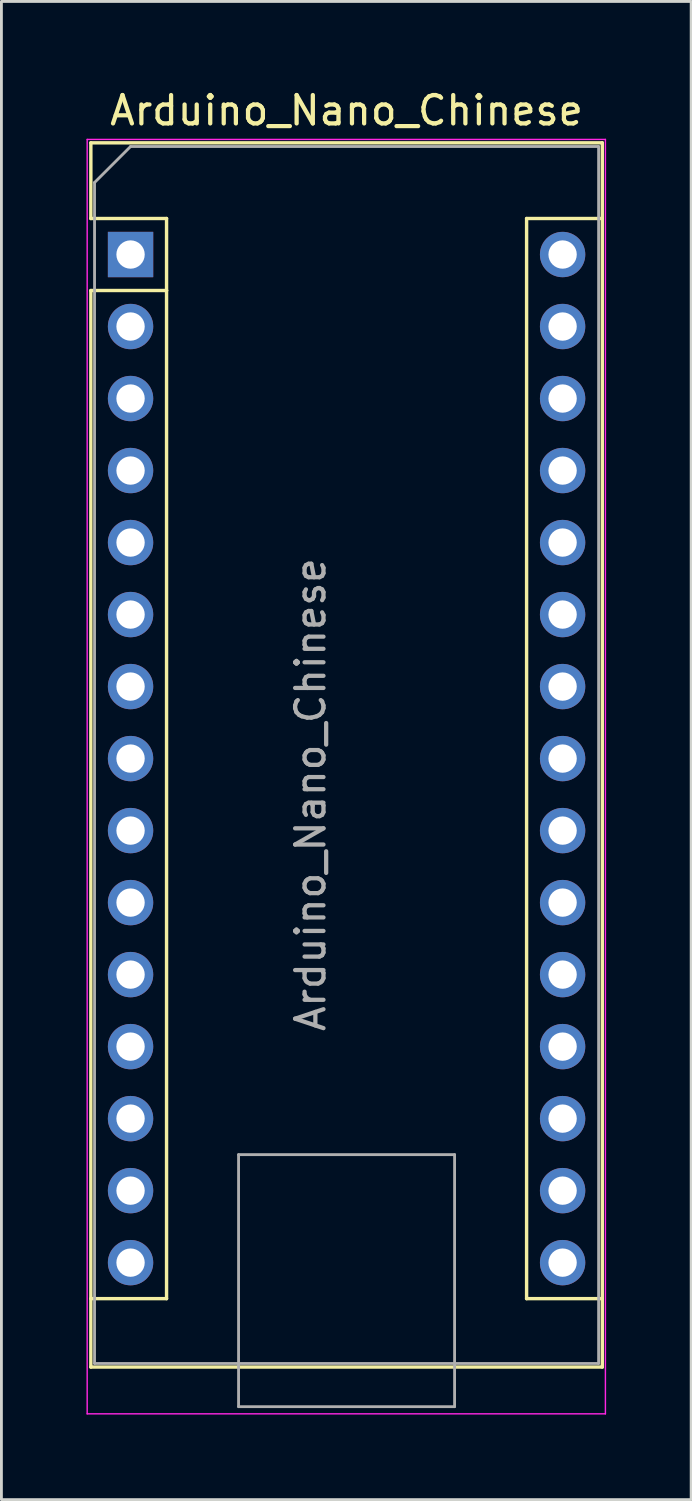
<source format=kicad_pcb>
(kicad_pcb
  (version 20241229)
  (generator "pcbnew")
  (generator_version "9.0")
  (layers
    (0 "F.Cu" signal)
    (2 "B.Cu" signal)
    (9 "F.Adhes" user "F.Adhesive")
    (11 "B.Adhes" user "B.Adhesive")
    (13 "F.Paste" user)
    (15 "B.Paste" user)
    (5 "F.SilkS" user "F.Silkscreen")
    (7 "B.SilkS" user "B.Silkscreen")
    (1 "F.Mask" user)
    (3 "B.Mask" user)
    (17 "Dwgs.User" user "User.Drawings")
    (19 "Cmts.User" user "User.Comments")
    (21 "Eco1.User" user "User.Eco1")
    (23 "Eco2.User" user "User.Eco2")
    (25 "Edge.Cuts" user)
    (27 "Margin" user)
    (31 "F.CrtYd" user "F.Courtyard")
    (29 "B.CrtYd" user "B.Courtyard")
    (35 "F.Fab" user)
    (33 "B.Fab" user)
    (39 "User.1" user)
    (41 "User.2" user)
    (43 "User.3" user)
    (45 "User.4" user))
  (footprint "Arduino_Nano_Chinese"
    (layer "F.Cu")
    (at 1.555 5.928)
    (property "Reference" "Arduino_Nano_Chinese" (at 7.62 -5.08 0) (layer "F.SilkS") (effects (font (size 1 1) (thickness 0.15))))
    (attr through_hole)
    (fp_line (start -1.4 -3.94) (end -1.4 -1.27) (stroke (width 0.12) (type solid)) (layer "F.SilkS"))
    (fp_line (start -1.4 1.27) (end -1.4 39.243) (stroke (width 0.12) (type solid)) (layer "F.SilkS"))
    (fp_line (start -1.4 39.243) (end 16.64 39.243) (stroke (width 0.12) (type solid)) (layer "F.SilkS"))
    (fp_line (start 1.27 -1.27) (end -1.4 -1.27) (stroke (width 0.12) (type solid)) (layer "F.SilkS"))
    (fp_line (start 1.27 1.27) (end -1.4 1.27) (stroke (width 0.12) (type solid)) (layer "F.SilkS"))
    (fp_line (start 1.27 1.27) (end 1.27 -1.27) (stroke (width 0.12) (type solid)) (layer "F.SilkS"))
    (fp_line (start 1.27 1.27) (end 1.27 36.83) (stroke (width 0.12) (type solid)) (layer "F.SilkS"))
    (fp_line (start 1.27 36.83) (end -1.4 36.83) (stroke (width 0.12) (type solid)) (layer "F.SilkS"))
    (fp_line (start 13.97 -1.27) (end 13.97 36.83) (stroke (width 0.12) (type solid)) (layer "F.SilkS"))
    (fp_line (start 13.97 -1.27) (end 16.64 -1.27) (stroke (width 0.12) (type solid)) (layer "F.SilkS"))
    (fp_line (start 13.97 36.83) (end 16.64 36.83) (stroke (width 0.12) (type solid)) (layer "F.SilkS"))
    (fp_line (start 16.64 -3.94) (end -1.4 -3.94) (stroke (width 0.12) (type solid)) (layer "F.SilkS"))
    (fp_line (start 16.64 39.243) (end 16.64 -3.94) (stroke (width 0.12) (type solid)) (layer "F.SilkS"))
    (fp_line (start -1.53 -4.06) (end -1.53 40.894) (stroke (width 0.05) (type solid)) (layer "F.CrtYd"))
    (fp_line (start -1.53 -4.06) (end 16.75 -4.06) (stroke (width 0.05) (type solid)) (layer "F.CrtYd"))
    (fp_line (start 16.75 40.894) (end -1.53 40.894) (stroke (width 0.05) (type solid)) (layer "F.CrtYd"))
    (fp_line (start 16.75 40.894) (end 16.75 -4.06) (stroke (width 0.05) (type solid)) (layer "F.CrtYd"))
    (fp_line (start -1.27 -2.54) (end 0 -3.81) (stroke (width 0.1) (type solid)) (layer "F.Fab"))
    (fp_line (start -1.27 39.116) (end -1.27 -2.54) (stroke (width 0.1) (type solid)) (layer "F.Fab"))
    (fp_line (start 0 -3.81) (end 16.51 -3.81) (stroke (width 0.1) (type solid)) (layer "F.Fab"))
    (fp_line (start 3.81 31.75) (end 11.43 31.75) (stroke (width 0.1) (type solid)) (layer "F.Fab"))
    (fp_line (start 3.81 40.64) (end 3.81 31.75) (stroke (width 0.1) (type solid)) (layer "F.Fab"))
    (fp_line (start 11.43 31.75) (end 11.43 40.64) (stroke (width 0.1) (type solid)) (layer "F.Fab"))
    (fp_line (start 11.43 40.64) (end 3.81 40.64) (stroke (width 0.1) (type solid)) (layer "F.Fab"))
    (fp_line (start 16.51 -3.81) (end 16.51 39.116) (stroke (width 0.1) (type solid)) (layer "F.Fab"))
    (fp_line (start 16.51 39.116) (end -1.27 39.116) (stroke (width 0.1) (type solid)) (layer "F.Fab"))
    (fp_text user "${REFERENCE}" (at 6.35 19.05 90) (layer "F.Fab") (effects (font (size 1 1) (thickness 0.15))))
    (pad "1" thru_hole rect (at 0 0) (size 1.6 1.6) (drill 1) (layers "*.Cu" "*.Mask"))
    (pad "2" thru_hole oval (at 0 2.54) (size 1.6 1.6) (drill 1) (layers "*.Cu" "*.Mask"))
    (pad "3" thru_hole oval (at 0 5.08) (size 1.6 1.6) (drill 1) (layers "*.Cu" "*.Mask"))
    (pad "4" thru_hole oval (at 0 7.62) (size 1.6 1.6) (drill 1) (layers "*.Cu" "*.Mask"))
    (pad "5" thru_hole oval (at 0 10.16) (size 1.6 1.6) (drill 1) (layers "*.Cu" "*.Mask"))
    (pad "6" thru_hole oval (at 0 12.7) (size 1.6 1.6) (drill 1) (layers "*.Cu" "*.Mask"))
    (pad "7" thru_hole oval (at 0 15.24) (size 1.6 1.6) (drill 1) (layers "*.Cu" "*.Mask"))
    (pad "8" thru_hole oval (at 0 17.78) (size 1.6 1.6) (drill 1) (layers "*.Cu" "*.Mask"))
    (pad "9" thru_hole oval (at 0 20.32) (size 1.6 1.6) (drill 1) (layers "*.Cu" "*.Mask"))
    (pad "10" thru_hole oval (at 0 22.86) (size 1.6 1.6) (drill 1) (layers "*.Cu" "*.Mask"))
    (pad "11" thru_hole oval (at 0 25.4) (size 1.6 1.6) (drill 1) (layers "*.Cu" "*.Mask"))
    (pad "12" thru_hole oval (at 0 27.94) (size 1.6 1.6) (drill 1) (layers "*.Cu" "*.Mask"))
    (pad "13" thru_hole oval (at 0 30.48) (size 1.6 1.6) (drill 1) (layers "*.Cu" "*.Mask"))
    (pad "14" thru_hole oval (at 0 33.02) (size 1.6 1.6) (drill 1) (layers "*.Cu" "*.Mask"))
    (pad "15" thru_hole oval (at 0 35.56) (size 1.6 1.6) (drill 1) (layers "*.Cu" "*.Mask"))
    (pad "16" thru_hole oval (at 15.24 35.56) (size 1.6 1.6) (drill 1) (layers "*.Cu" "*.Mask"))
    (pad "17" thru_hole oval (at 15.24 33.02) (size 1.6 1.6) (drill 1) (layers "*.Cu" "*.Mask"))
    (pad "18" thru_hole oval (at 15.24 30.48) (size 1.6 1.6) (drill 1) (layers "*.Cu" "*.Mask"))
    (pad "19" thru_hole oval (at 15.24 27.94) (size 1.6 1.6) (drill 1) (layers "*.Cu" "*.Mask"))
    (pad "20" thru_hole oval (at 15.24 25.4) (size 1.6 1.6) (drill 1) (layers "*.Cu" "*.Mask"))
    (pad "21" thru_hole oval (at 15.24 22.86) (size 1.6 1.6) (drill 1) (layers "*.Cu" "*.Mask"))
    (pad "22" thru_hole oval (at 15.24 20.32) (size 1.6 1.6) (drill 1) (layers "*.Cu" "*.Mask"))
    (pad "23" thru_hole oval (at 15.24 17.78) (size 1.6 1.6) (drill 1) (layers "*.Cu" "*.Mask"))
    (pad "24" thru_hole oval (at 15.24 15.24) (size 1.6 1.6) (drill 1) (layers "*.Cu" "*.Mask"))
    (pad "25" thru_hole oval (at 15.24 12.7) (size 1.6 1.6) (drill 1) (layers "*.Cu" "*.Mask"))
    (pad "26" thru_hole oval (at 15.24 10.16) (size 1.6 1.6) (drill 1) (layers "*.Cu" "*.Mask"))
    (pad "27" thru_hole oval (at 15.24 7.62) (size 1.6 1.6) (drill 1) (layers "*.Cu" "*.Mask"))
    (pad "28" thru_hole oval (at 15.24 5.08) (size 1.6 1.6) (drill 1) (layers "*.Cu" "*.Mask"))
    (pad "29" thru_hole oval (at 15.24 2.54) (size 1.6 1.6) (drill 1) (layers "*.Cu" "*.Mask"))
    (pad "30" thru_hole oval (at 15.24 0) (size 1.6 1.6) (drill 1) (layers "*.Cu" "*.Mask")))
  (gr_rect
    (start -3 -3)
    (end 21.33 49.847)
    (stroke (width 0.1) (type default))
    (fill no)
    (layer "Edge.Cuts")))
</source>
